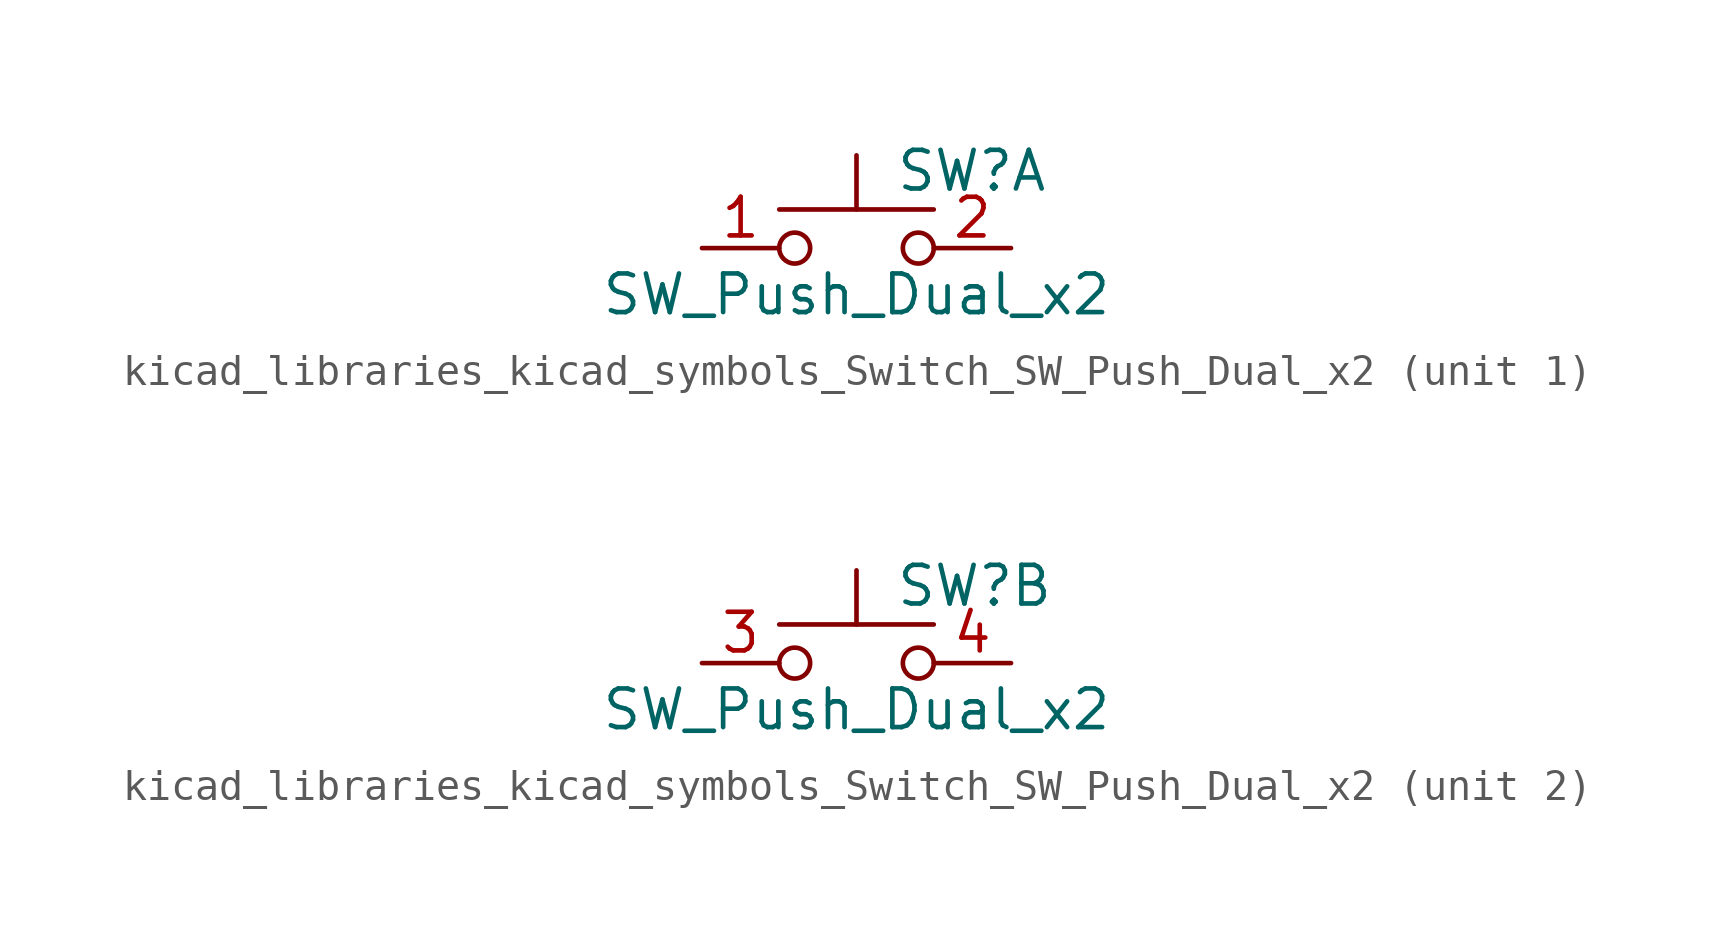
<source format=kicad_sym>
(kicad_symbol_lib
  (version 20220914)
  (generator kicad_symbol_editor)
  (symbol "kicad_libraries_kicad_symbols_Switch_SW_Push_Dual_x2"
    (pin_names
      (offset 1.016) hide)
    (property "Reference" "SW"
      (at 1.27 2.54 0)
      (effects (font (size 1.27 1.27)) (justify left)))
    (property "Value" "SW_Push_Dual_x2"
      (at 0 -1.524 0)
      (effects (font (size 1.27 1.27))))
    (symbol "kicad_libraries_kicad_symbols_Switch_SW_Push_Dual_x2_0_1"
      (circle (center -2.032 0) (radius 0.508) (stroke (width 0) (type default)) (fill (type none)))
      (polyline (pts (xy 0 1.27) (xy 0 3.048)) (stroke (width 0) (type default)) (fill (type none)))
      (polyline (pts (xy 2.54 1.27) (xy -2.54 1.27)) (stroke (width 0) (type default)) (fill (type none)))
      (circle (center 2.032 0) (radius 0.508) (stroke (width 0) (type default)) (fill (type none))))
    (symbol "kicad_libraries_kicad_symbols_Switch_SW_Push_Dual_x2_1_1"
      (pin passive line (at -5.08 0 0) (length 2.54) (name "C" (effects (font (size 1.27 1.27)))) (number "1" (effects (font (size 1.27 1.27)))))
      (pin passive line (at 5.08 0 180) (length 2.54) (name "D" (effects (font (size 1.27 1.27)))) (number "2" (effects (font (size 1.27 1.27))))))
    (symbol "kicad_libraries_kicad_symbols_Switch_SW_Push_Dual_x2_2_1"
      (pin passive line (at -5.08 0 0) (length 2.54) (name "C" (effects (font (size 1.27 1.27)))) (number "3" (effects (font (size 1.27 1.27)))))
      (pin passive line (at 5.08 0 180) (length 2.54) (name "D" (effects (font (size 1.27 1.27)))) (number "4" (effects (font (size 1.27 1.27))))))))
</source>
